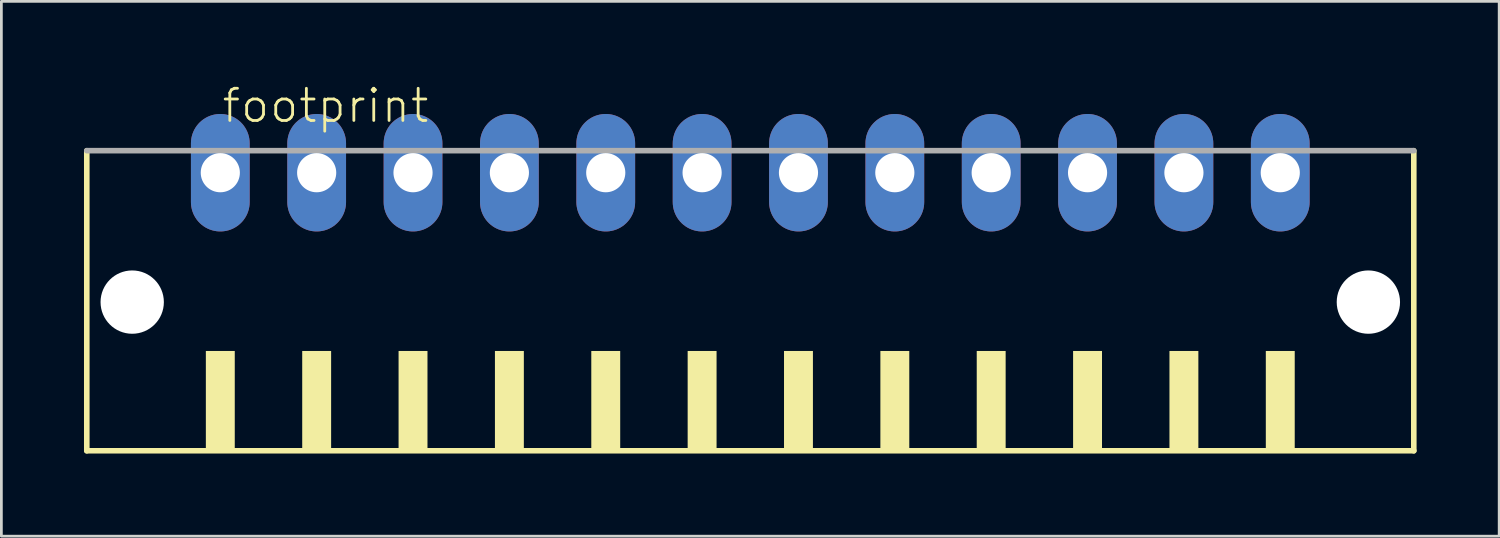
<source format=kicad_pcb>
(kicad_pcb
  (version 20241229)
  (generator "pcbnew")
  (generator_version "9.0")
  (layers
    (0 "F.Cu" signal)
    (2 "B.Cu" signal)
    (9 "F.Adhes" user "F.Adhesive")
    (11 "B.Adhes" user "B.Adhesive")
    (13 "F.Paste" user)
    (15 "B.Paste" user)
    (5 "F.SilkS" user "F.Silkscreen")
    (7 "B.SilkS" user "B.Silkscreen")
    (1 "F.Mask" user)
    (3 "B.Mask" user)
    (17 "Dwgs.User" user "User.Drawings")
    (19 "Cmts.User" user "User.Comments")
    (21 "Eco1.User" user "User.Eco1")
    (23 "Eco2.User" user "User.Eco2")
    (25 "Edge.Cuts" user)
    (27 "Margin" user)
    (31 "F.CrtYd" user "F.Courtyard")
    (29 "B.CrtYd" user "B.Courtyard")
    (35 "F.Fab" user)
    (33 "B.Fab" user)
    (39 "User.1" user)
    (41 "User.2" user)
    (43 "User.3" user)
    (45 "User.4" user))
  (footprint "footprint"
    (layer "F.Cu")
    (at 24.202 8.473)
    (property "Reference" "footprint" (at -19.25 -7 0) (layer "F.SilkS") (effects (font (size 1.168 1.168) (thickness 0.102)) (justify left bottom)))
    (fp_line (start -24.1 -6.05) (end -24.1 4.85) (stroke (width 0.203) (type solid)) (layer "F.SilkS"))
    (fp_line (start -24.1 4.85) (end 24.1 4.85) (stroke (width 0.203) (type solid)) (layer "F.SilkS"))
    (fp_line (start 24.1 4.85) (end 24.1 -6.05) (stroke (width 0.203) (type solid)) (layer "F.SilkS"))
    (fp_poly (pts (xy -19.775 4.9) (xy -18.725 4.9) (xy -18.725 1.225) (xy -19.775 1.225)) (stroke (width 0) (type solid)) (fill yes) (layer "F.SilkS"))
    (fp_poly (pts (xy -16.275 4.9) (xy -15.225 4.9) (xy -15.225 1.225) (xy -16.275 1.225)) (stroke (width 0) (type solid)) (fill yes) (layer "F.SilkS"))
    (fp_poly (pts (xy -12.775 4.9) (xy -11.725 4.9) (xy -11.725 1.225) (xy -12.775 1.225)) (stroke (width 0) (type solid)) (fill yes) (layer "F.SilkS"))
    (fp_poly (pts (xy -9.275 4.9) (xy -8.225 4.9) (xy -8.225 1.225) (xy -9.275 1.225)) (stroke (width 0) (type solid)) (fill yes) (layer "F.SilkS"))
    (fp_poly (pts (xy -5.775 4.9) (xy -4.725 4.9) (xy -4.725 1.225) (xy -5.775 1.225)) (stroke (width 0) (type solid)) (fill yes) (layer "F.SilkS"))
    (fp_poly (pts (xy -2.275 4.9) (xy -1.225 4.9) (xy -1.225 1.225) (xy -2.275 1.225)) (stroke (width 0) (type solid)) (fill yes) (layer "F.SilkS"))
    (fp_poly (pts (xy 1.225 4.9) (xy 2.275 4.9) (xy 2.275 1.225) (xy 1.225 1.225)) (stroke (width 0) (type solid)) (fill yes) (layer "F.SilkS"))
    (fp_poly (pts (xy 4.725 4.9) (xy 5.775 4.9) (xy 5.775 1.225) (xy 4.725 1.225)) (stroke (width 0) (type solid)) (fill yes) (layer "F.SilkS"))
    (fp_poly (pts (xy 8.225 4.9) (xy 9.275 4.9) (xy 9.275 1.225) (xy 8.225 1.225)) (stroke (width 0) (type solid)) (fill yes) (layer "F.SilkS"))
    (fp_poly (pts (xy 11.725 4.9) (xy 12.775 4.9) (xy 12.775 1.225) (xy 11.725 1.225)) (stroke (width 0) (type solid)) (fill yes) (layer "F.SilkS"))
    (fp_poly (pts (xy 15.225 4.9) (xy 16.275 4.9) (xy 16.275 1.225) (xy 15.225 1.225)) (stroke (width 0) (type solid)) (fill yes) (layer "F.SilkS"))
    (fp_poly (pts (xy 18.725 4.9) (xy 19.775 4.9) (xy 19.775 1.225) (xy 18.725 1.225)) (stroke (width 0) (type solid)) (fill yes) (layer "F.SilkS"))
    (fp_line (start 24.1 -6.05) (end -24.1 -6.05) (stroke (width 0.203) (type solid)) (layer "F.Fab"))
    (pad "" np_thru_hole circle (at -22.45 -0.55) (size 2.3 2.3) (drill 2.3) (layers "*.Cu" "*.Mask"))
    (pad "" np_thru_hole circle (at 22.45 -0.55) (size 2.3 2.3) (drill 2.3) (layers "*.Cu" "*.Mask"))
    (pad "1" thru_hole oval (at -19.25 -5.25 90) (size 4.267 2.134) (drill 1.422) (layers "*.Cu" "*.Mask"))
    (pad "2" thru_hole oval (at -15.75 -5.25 90) (size 4.267 2.134) (drill 1.422) (layers "*.Cu" "*.Mask"))
    (pad "3" thru_hole oval (at -12.25 -5.25 90) (size 4.267 2.134) (drill 1.422) (layers "*.Cu" "*.Mask"))
    (pad "4" thru_hole oval (at -8.75 -5.25 90) (size 4.267 2.134) (drill 1.422) (layers "*.Cu" "*.Mask"))
    (pad "5" thru_hole oval (at -5.25 -5.25 90) (size 4.267 2.134) (drill 1.422) (layers "*.Cu" "*.Mask"))
    (pad "6" thru_hole oval (at -1.75 -5.25 90) (size 4.267 2.134) (drill 1.422) (layers "*.Cu" "*.Mask"))
    (pad "7" thru_hole oval (at 1.75 -5.25 90) (size 4.267 2.134) (drill 1.422) (layers "*.Cu" "*.Mask"))
    (pad "8" thru_hole oval (at 5.25 -5.25 90) (size 4.267 2.134) (drill 1.422) (layers "*.Cu" "*.Mask"))
    (pad "9" thru_hole oval (at 8.75 -5.25 90) (size 4.267 2.134) (drill 1.422) (layers "*.Cu" "*.Mask"))
    (pad "10" thru_hole oval (at 12.25 -5.25 90) (size 4.267 2.134) (drill 1.422) (layers "*.Cu" "*.Mask"))
    (pad "11" thru_hole oval (at 15.75 -5.25 90) (size 4.267 2.134) (drill 1.422) (layers "*.Cu" "*.Mask"))
    (pad "12" thru_hole oval (at 19.25 -5.25 90) (size 4.267 2.134) (drill 1.422) (layers "*.Cu" "*.Mask")))
  (gr_rect
    (start -3 -3)
    (end 51.403 16.425)
    (stroke (width 0.1) (type default))
    (fill no)
    (layer "Edge.Cuts")))
</source>
